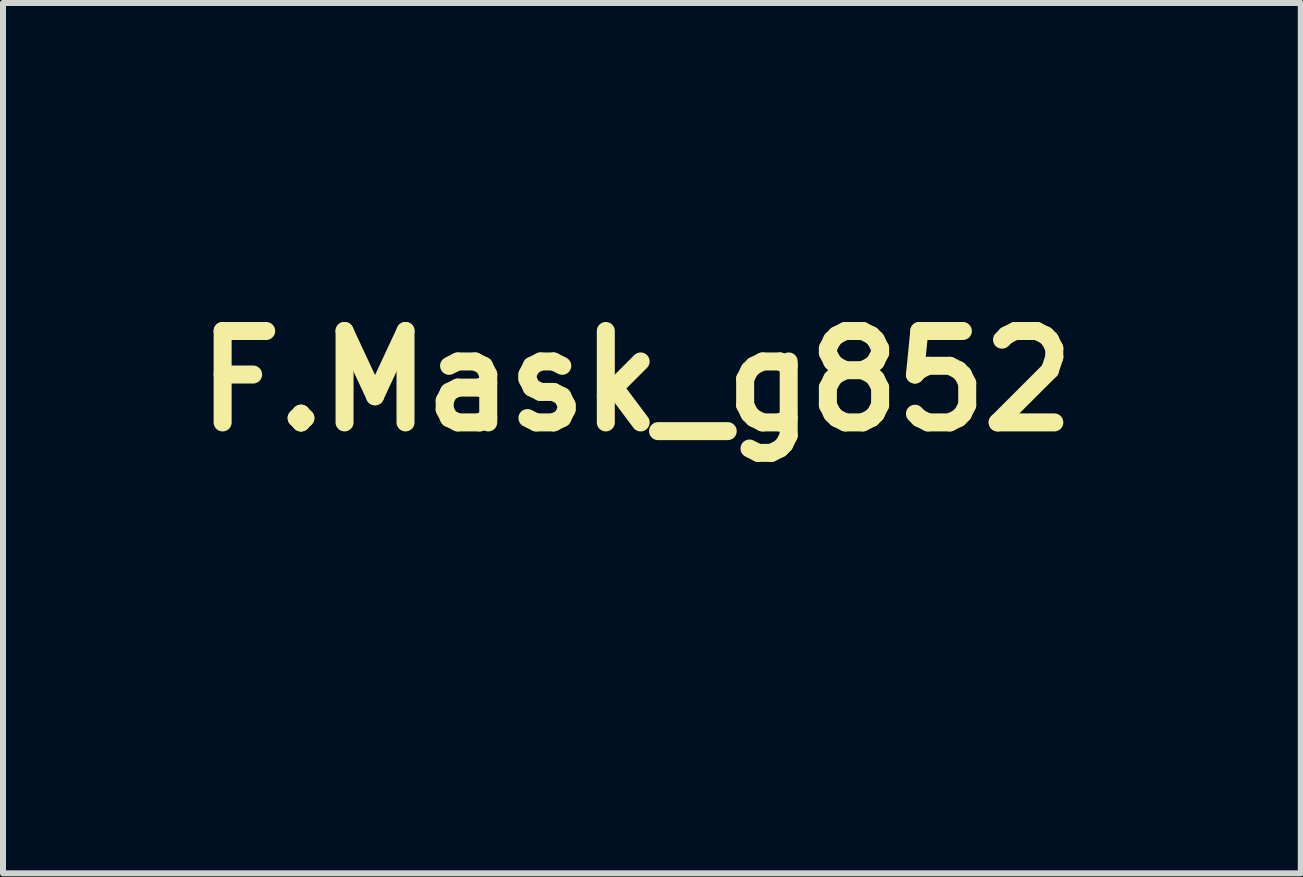
<source format=kicad_pcb>
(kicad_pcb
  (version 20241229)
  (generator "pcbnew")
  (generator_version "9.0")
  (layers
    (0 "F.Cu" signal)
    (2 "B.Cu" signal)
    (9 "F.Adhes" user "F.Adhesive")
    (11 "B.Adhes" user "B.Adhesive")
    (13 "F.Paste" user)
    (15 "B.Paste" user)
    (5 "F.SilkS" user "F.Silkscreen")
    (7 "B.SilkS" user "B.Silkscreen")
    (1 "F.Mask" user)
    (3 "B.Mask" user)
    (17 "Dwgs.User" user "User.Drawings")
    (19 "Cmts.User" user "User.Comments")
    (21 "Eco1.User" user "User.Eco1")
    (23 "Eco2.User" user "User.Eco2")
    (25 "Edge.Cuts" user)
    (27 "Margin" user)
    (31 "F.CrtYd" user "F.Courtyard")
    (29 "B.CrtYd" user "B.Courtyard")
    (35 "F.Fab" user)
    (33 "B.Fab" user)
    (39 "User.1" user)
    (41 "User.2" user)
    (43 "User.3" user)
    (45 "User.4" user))
  (footprint "F.Mask_g852"
    (layer "F.Cu")
    (at 7.555 3.301)
    (property "Reference" "F.Mask_g852" (at 0 0 0) (layer "F.SilkS") (effects (font (size 1.524 1.524) (thickness 0.3))))
    (attr through_hole)
    (fp_poly (pts (xy 1.079 -3.252) (xy 1.139 -3.239) (xy 1.202 -3.218) (xy 1.232 -3.205) (xy 1.322 -3.14) (xy 1.407 -3.048) (xy 1.475 -2.941) (xy 1.481 -2.929) (xy 1.498 -2.885) (xy 1.527 -2.806) (xy 1.565 -2.697) (xy 1.61 -2.564) (xy 1.66 -2.413) (xy 1.714 -2.248) (xy 1.759 -2.107) (xy 1.989 -1.389) (xy 1.902 -1.091) (xy 1.871 -0.986) (xy 1.844 -0.895) (xy 1.822 -0.828) (xy 1.81 -0.79) (xy 1.808 -0.785) (xy 1.795 -0.794) (xy 1.789 -0.807) (xy 1.777 -0.842) (xy 1.754 -0.912) (xy 1.721 -1.013) (xy 1.681 -1.139) (xy 1.633 -1.287) (xy 1.58 -1.452) (xy 1.523 -1.631) (xy 1.464 -1.818) (xy 1.403 -2.01) (xy 1.342 -2.202) (xy 1.282 -2.391) (xy 1.225 -2.57) (xy 1.172 -2.738) (xy 1.125 -2.888) (xy 1.085 -3.018) (xy 1.052 -3.122) (xy 1.029 -3.196) (xy 1.017 -3.236) (xy 1.016 -3.242) (xy 1.034 -3.253) (xy 1.079 -3.252)) (stroke (width 0.01) (type solid)) (fill yes) (layer "F.Mask"))
    (fp_poly (pts (xy 4.455 -3.259) (xy 4.484 -3.252) (xy 4.519 -3.241) (xy 4.53 -3.238) (xy 4.615 -3.2) (xy 4.704 -3.134) (xy 4.784 -3.053) (xy 4.842 -2.967) (xy 4.849 -2.953) (xy 4.863 -2.912) (xy 4.886 -2.836) (xy 4.916 -2.73) (xy 4.952 -2.599) (xy 4.992 -2.45) (xy 5.034 -2.288) (xy 5.059 -2.191) (xy 5.232 -1.514) (xy 5.132 -1.196) (xy 5.096 -1.085) (xy 5.064 -0.986) (xy 5.038 -0.909) (xy 5.02 -0.859) (xy 5.015 -0.847) (xy 4.999 -0.826) (xy 4.987 -0.844) (xy 4.986 -0.847) (xy 4.979 -0.872) (xy 4.962 -0.936) (xy 4.937 -1.032) (xy 4.904 -1.159) (xy 4.864 -1.311) (xy 4.819 -1.486) (xy 4.769 -1.679) (xy 4.716 -1.887) (xy 4.67 -2.064) (xy 4.605 -2.319) (xy 4.549 -2.536) (xy 4.503 -2.718) (xy 4.466 -2.868) (xy 4.437 -2.988) (xy 4.418 -3.082) (xy 4.406 -3.153) (xy 4.402 -3.203) (xy 4.405 -3.236) (xy 4.415 -3.254) (xy 4.432 -3.261) (xy 4.455 -3.259)) (stroke (width 0.01) (type solid)) (fill yes) (layer "F.Mask"))
    (fp_poly (pts (xy -6.426 1.641) (xy -6.384 1.668) (xy -6.353 1.691) (xy -6.216 1.785) (xy -6.046 1.876) (xy -5.855 1.96) (xy -5.652 2.033) (xy -5.449 2.09) (xy -5.356 2.11) (xy -5.237 2.127) (xy -5.089 2.139) (xy -4.923 2.145) (xy -4.753 2.146) (xy -4.59 2.141) (xy -4.448 2.131) (xy -4.36 2.119) (xy -4.13 2.066) (xy -3.895 1.99) (xy -3.67 1.895) (xy -3.468 1.788) (xy -3.387 1.737) (xy -3.291 1.673) (xy -3.286 2.079) (xy -3.284 2.207) (xy -3.284 2.322) (xy -3.285 2.415) (xy -3.287 2.481) (xy -3.29 2.511) (xy -3.29 2.512) (xy -3.315 2.532) (xy -3.375 2.557) (xy -3.46 2.586) (xy -3.563 2.615) (xy -3.676 2.644) (xy -3.791 2.668) (xy -3.839 2.677) (xy -3.976 2.694) (xy -4.14 2.704) (xy -4.317 2.706) (xy -4.495 2.702) (xy -4.657 2.691) (xy -4.774 2.676) (xy -5.095 2.601) (xy -5.401 2.486) (xy -5.693 2.332) (xy -5.971 2.138) (xy -6.059 2.065) (xy -6.122 2.008) (xy -6.192 1.938) (xy -6.263 1.864) (xy -6.33 1.79) (xy -6.387 1.724) (xy -6.427 1.672) (xy -6.446 1.64) (xy -6.446 1.634) (xy -6.426 1.641)) (stroke (width 0.01) (type solid)) (fill yes) (layer "F.Mask"))
    (fp_poly (pts (xy -4.423 -2.858) (xy -4.26 -2.842) (xy -4.113 -2.812) (xy -3.969 -2.764) (xy -3.815 -2.697) (xy -3.778 -2.679) (xy -3.688 -2.633) (xy -3.625 -2.596) (xy -3.582 -2.559) (xy -3.547 -2.515) (xy -3.52 -2.473) (xy -3.477 -2.397) (xy -3.439 -2.324) (xy -3.411 -2.261) (xy -3.396 -2.217) (xy -3.397 -2.201) (xy -3.422 -2.207) (xy -3.476 -2.221) (xy -3.548 -2.242) (xy -3.562 -2.246) (xy -3.691 -2.274) (xy -3.847 -2.293) (xy -4.017 -2.303) (xy -4.187 -2.304) (xy -4.342 -2.295) (xy -4.45 -2.279) (xy -4.721 -2.202) (xy -4.973 -2.088) (xy -5.204 -1.941) (xy -5.411 -1.762) (xy -5.591 -1.556) (xy -5.74 -1.324) (xy -5.857 -1.069) (xy -5.92 -0.869) (xy -5.966 -0.627) (xy -5.986 -0.369) (xy -5.981 -0.107) (xy -5.95 0.145) (xy -5.895 0.376) (xy -5.874 0.448) (xy -5.862 0.502) (xy -5.861 0.528) (xy -5.863 0.529) (xy -5.888 0.52) (xy -5.941 0.496) (xy -6.013 0.462) (xy -6.051 0.443) (xy -6.223 0.357) (xy -6.329 0.142) (xy -6.429 -0.092) (xy -6.495 -0.323) (xy -6.532 -0.57) (xy -6.536 -0.617) (xy -6.544 -0.936) (xy -6.515 -1.234) (xy -6.45 -1.512) (xy -6.347 -1.774) (xy -6.207 -2.022) (xy -6.18 -2.063) (xy -6.009 -2.275) (xy -5.812 -2.457) (xy -5.584 -2.61) (xy -5.435 -2.689) (xy -5.277 -2.758) (xy -5.131 -2.808) (xy -4.985 -2.84) (xy -4.826 -2.858) (xy -4.639 -2.863) (xy -4.614 -2.863) (xy -4.423 -2.858)) (stroke (width 0.01) (type solid)) (fill yes) (layer "F.Mask"))
    (fp_poly (pts (xy 3.584 -1.42) (xy 3.601 -1.365) (xy 3.626 -1.282) (xy 3.656 -1.176) (xy 3.691 -1.054) (xy 3.728 -0.92) (xy 3.765 -0.782) (xy 3.802 -0.645) (xy 3.837 -0.516) (xy 3.867 -0.401) (xy 3.891 -0.305) (xy 3.908 -0.235) (xy 3.916 -0.196) (xy 3.916 -0.192) (xy 3.91 -0.167) (xy 3.894 -0.104) (xy 3.868 -0.008) (xy 3.833 0.118) (xy 3.791 0.27) (xy 3.742 0.446) (xy 3.688 0.64) (xy 3.628 0.851) (xy 3.565 1.074) (xy 3.554 1.114) (xy 3.48 1.375) (xy 3.416 1.598) (xy 3.362 1.786) (xy 3.316 1.944) (xy 3.277 2.073) (xy 3.245 2.178) (xy 3.219 2.261) (xy 3.196 2.325) (xy 3.177 2.374) (xy 3.16 2.411) (xy 3.144 2.44) (xy 3.129 2.462) (xy 3.116 2.478) (xy 3.005 2.576) (xy 2.873 2.639) (xy 2.726 2.665) (xy 2.699 2.665) (xy 2.62 2.661) (xy 2.551 2.654) (xy 2.519 2.647) (xy 2.399 2.598) (xy 2.304 2.528) (xy 2.227 2.43) (xy 2.162 2.298) (xy 2.137 2.231) (xy 2.098 2.117) (xy 2.156 2.117) (xy 2.283 2.098) (xy 2.408 2.047) (xy 2.516 1.971) (xy 2.53 1.959) (xy 2.547 1.942) (xy 2.562 1.928) (xy 2.576 1.915) (xy 2.588 1.899) (xy 2.601 1.878) (xy 2.615 1.849) (xy 2.631 1.81) (xy 2.65 1.759) (xy 2.672 1.691) (xy 2.698 1.606) (xy 2.73 1.5) (xy 2.768 1.37) (xy 2.812 1.214) (xy 2.865 1.03) (xy 2.926 0.815) (xy 2.996 0.566) (xy 3.077 0.28) (xy 3.134 0.079) (xy 3.203 -0.165) (xy 3.27 -0.398) (xy 3.332 -0.615) (xy 3.389 -0.814) (xy 3.44 -0.991) (xy 3.485 -1.143) (xy 3.521 -1.267) (xy 3.55 -1.36) (xy 3.568 -1.418) (xy 3.576 -1.439) (xy 3.576 -1.439) (xy 3.584 -1.42)) (stroke (width 0.01) (type solid)) (fill yes) (layer "F.Mask"))
    (fp_poly (pts (xy 7.764 -3.243) (xy 7.884 -3.194) (xy 7.976 -3.114) (xy 8.037 -3.005) (xy 8.068 -2.868) (xy 8.071 -2.79) (xy 8.069 -2.766) (xy 8.066 -2.737) (xy 8.059 -2.701) (xy 8.049 -2.655) (xy 8.034 -2.598) (xy 8.014 -2.527) (xy 7.988 -2.441) (xy 7.956 -2.336) (xy 7.917 -2.211) (xy 7.869 -2.064) (xy 7.814 -1.892) (xy 7.749 -1.694) (xy 7.674 -1.467) (xy 7.589 -1.208) (xy 7.492 -0.916) (xy 7.383 -0.589) (xy 7.262 -0.225) (xy 7.239 -0.155) (xy 7.134 0.16) (xy 7.032 0.465) (xy 6.934 0.757) (xy 6.841 1.034) (xy 6.753 1.293) (xy 6.672 1.532) (xy 6.598 1.748) (xy 6.533 1.939) (xy 6.476 2.102) (xy 6.43 2.235) (xy 6.394 2.335) (xy 6.37 2.399) (xy 6.36 2.425) (xy 6.288 2.516) (xy 6.19 2.593) (xy 6.082 2.644) (xy 6.073 2.646) (xy 5.968 2.663) (xy 5.85 2.663) (xy 5.74 2.646) (xy 5.709 2.636) (xy 5.584 2.578) (xy 5.488 2.501) (xy 5.416 2.396) (xy 5.36 2.258) (xy 5.355 2.244) (xy 5.318 2.122) (xy 5.42 2.11) (xy 5.561 2.074) (xy 5.683 2.005) (xy 5.78 1.906) (xy 5.82 1.841) (xy 5.831 1.813) (xy 5.854 1.748) (xy 5.888 1.649) (xy 5.933 1.518) (xy 5.987 1.359) (xy 6.049 1.176) (xy 6.118 0.969) (xy 6.194 0.744) (xy 6.275 0.503) (xy 6.361 0.248) (xy 6.449 -0.016) (xy 6.54 -0.288) (xy 6.632 -0.564) (xy 6.725 -0.841) (xy 6.816 -1.116) (xy 6.906 -1.386) (xy 6.994 -1.648) (xy 7.077 -1.899) (xy 7.156 -2.137) (xy 7.229 -2.357) (xy 7.295 -2.558) (xy 7.353 -2.735) (xy 7.403 -2.887) (xy 7.443 -3.01) (xy 7.472 -3.101) (xy 7.489 -3.156) (xy 7.493 -3.17) (xy 7.516 -3.26) (xy 7.618 -3.26) (xy 7.764 -3.243)) (stroke (width 0.01) (type solid)) (fill yes) (layer "F.Mask"))
    (fp_poly (pts (xy -1.619 -3.296) (xy -1.567 -3.286) (xy -1.52 -3.273) (xy -1.393 -3.216) (xy -1.276 -3.124) (xy -1.181 -3.008) (xy -1.169 -2.988) (xy -1.111 -2.889) (xy -1.111 0.974) (xy -1.111 1.45) (xy -1.111 1.886) (xy -1.111 2.284) (xy -1.112 2.644) (xy -1.112 2.969) (xy -1.112 3.262) (xy -1.113 3.522) (xy -1.114 3.754) (xy -1.115 3.957) (xy -1.116 4.135) (xy -1.117 4.288) (xy -1.119 4.419) (xy -1.12 4.53) (xy -1.122 4.622) (xy -1.124 4.697) (xy -1.127 4.757) (xy -1.13 4.804) (xy -1.133 4.839) (xy -1.136 4.865) (xy -1.14 4.883) (xy -1.144 4.896) (xy -1.146 4.9) (xy -1.216 4.996) (xy -1.31 5.085) (xy -1.405 5.148) (xy -1.494 5.179) (xy -1.604 5.197) (xy -1.713 5.199) (xy -1.789 5.189) (xy -1.933 5.132) (xy -2.05 5.048) (xy -2.138 4.94) (xy -2.191 4.813) (xy -2.205 4.73) (xy -2.212 4.647) (xy -2.105 4.633) (xy -2.028 4.619) (xy -1.958 4.597) (xy -1.936 4.587) (xy -1.858 4.531) (xy -1.778 4.451) (xy -1.713 4.36) (xy -1.701 4.339) (xy -1.696 4.329) (xy -1.692 4.316) (xy -1.688 4.298) (xy -1.684 4.274) (xy -1.68 4.242) (xy -1.677 4.199) (xy -1.675 4.144) (xy -1.672 4.076) (xy -1.67 3.992) (xy -1.668 3.89) (xy -1.667 3.768) (xy -1.665 3.626) (xy -1.664 3.46) (xy -1.663 3.269) (xy -1.662 3.051) (xy -1.661 2.804) (xy -1.66 2.527) (xy -1.659 2.217) (xy -1.659 1.872) (xy -1.658 1.491) (xy -1.658 1.073) (xy -1.657 0.614) (xy -1.657 0.489) (xy -1.656 0.093) (xy -1.656 -0.293) (xy -1.655 -0.664) (xy -1.654 -1.02) (xy -1.653 -1.358) (xy -1.652 -1.676) (xy -1.651 -1.972) (xy -1.65 -2.244) (xy -1.649 -2.49) (xy -1.648 -2.707) (xy -1.647 -2.893) (xy -1.646 -3.047) (xy -1.645 -3.166) (xy -1.644 -3.248) (xy -1.643 -3.29) (xy -1.643 -3.296) (xy -1.619 -3.296)) (stroke (width 0.01) (type solid)) (fill yes) (layer "F.Mask")))
  (gr_rect
    (start -3 -3)
    (end 18.63 11.506)
    (stroke (width 0.1) (type default))
    (fill no)
    (layer "Edge.Cuts")))
</source>
